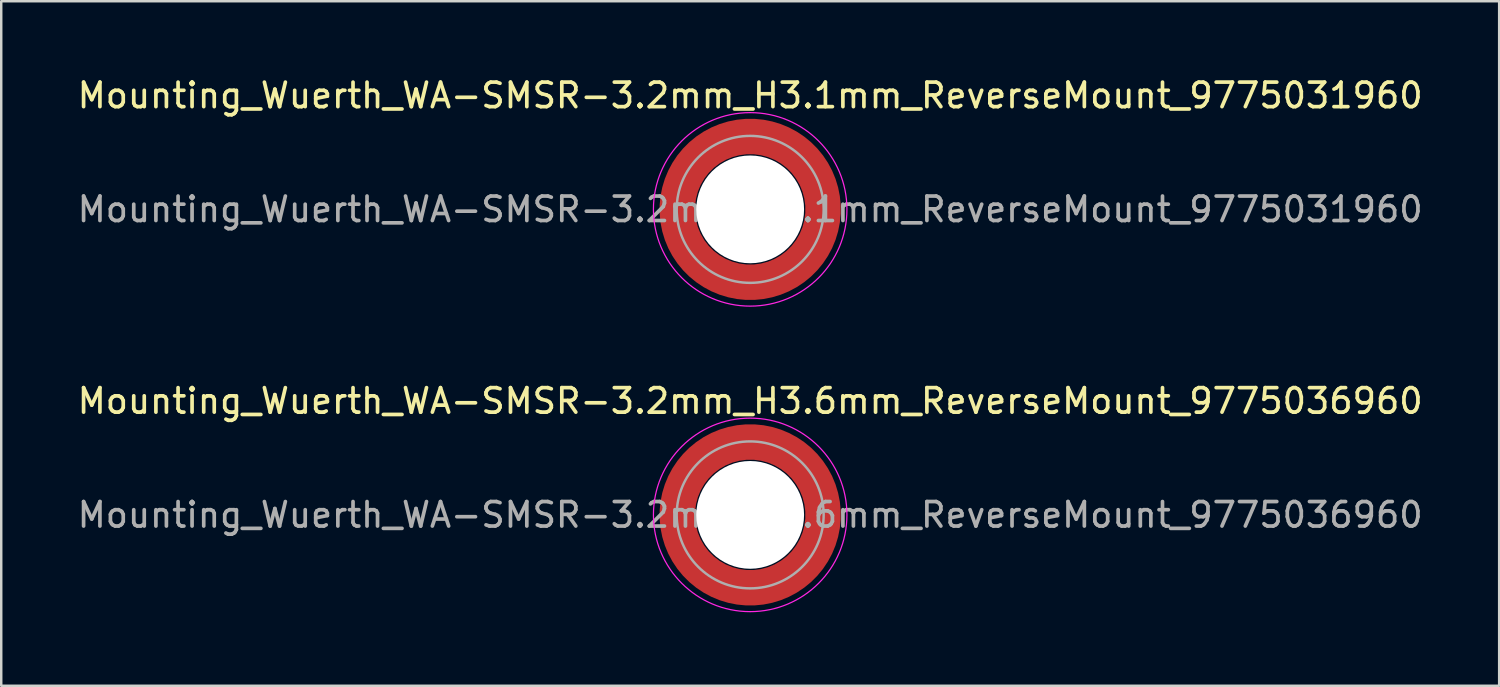
<source format=kicad_pcb>
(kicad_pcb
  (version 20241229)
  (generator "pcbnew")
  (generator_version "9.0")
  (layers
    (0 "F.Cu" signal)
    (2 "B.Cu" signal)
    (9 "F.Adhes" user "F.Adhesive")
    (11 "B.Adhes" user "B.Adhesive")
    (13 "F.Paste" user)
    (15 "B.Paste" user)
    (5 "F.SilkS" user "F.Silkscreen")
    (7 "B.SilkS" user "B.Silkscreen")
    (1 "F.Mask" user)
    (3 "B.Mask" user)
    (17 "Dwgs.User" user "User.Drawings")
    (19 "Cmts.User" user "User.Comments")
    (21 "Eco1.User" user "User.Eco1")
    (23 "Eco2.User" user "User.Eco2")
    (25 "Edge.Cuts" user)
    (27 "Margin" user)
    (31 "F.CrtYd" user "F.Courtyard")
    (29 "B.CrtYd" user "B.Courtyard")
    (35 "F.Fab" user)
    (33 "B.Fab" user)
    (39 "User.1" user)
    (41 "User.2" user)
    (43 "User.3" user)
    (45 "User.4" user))
  (footprint "Mounting_Wuerth_WA-SMSR-3.2mm_H3.6mm_ReverseMount_9775036960"
    (layer "F.Cu")
    (at 27.577 17.971)
    (property "Reference" "Mounting_Wuerth_WA-SMSR-3.2mm_H3.6mm_ReverseMount_9775036960" (at 0 -4.65 0) (layer "F.SilkS") (effects (font (size 1 1) (thickness 0.15))))
    (property "Mouser Part no." "" (at 0 0 0) (layer "F.Fab") (effects (font (size 1.27 1.27) (thickness 0.15))))
    (property "Mouser link" "" (at 0 0 0) (layer "F.Fab") (effects (font (size 1.27 1.27) (thickness 0.15))))
    (attr smd)
    (fp_circle (center 0 0) (end 3.95 0) (stroke (width 0.05) (type solid)) (fill no) (layer "F.CrtYd"))
    (fp_circle (center 0 0) (end 3 0) (stroke (width 0.1) (type solid)) (fill no) (layer "F.Fab"))
    (fp_text user "${REFERENCE}" (at 0 0 0) (layer "F.Fab") (effects (font (size 1 1) (thickness 0.15))))
    (pad "" smd custom (at -2.095 -2.095) (size 0.945 0.945) (layers "F.Paste") (options (anchor circle)) (primitives (gr_arc (start -0.24231 1.594804) (mid 0.404104 0.405534) (end 1.592827 -0.241886) (width 0.2)) (gr_arc (start -0.3398 1.594804) (mid 0.335987 0.338711) (end 1.591031 -0.339022) (width 0.2)) (gr_arc (start -0.437132 1.594804) (mid 0.268952 0.270807) (end 1.592231 -0.436623) (width 0.2)) (gr_arc (start -0.534324 1.594804) (mid 0.201345 0.203474) (end 1.591846 -0.53376) (width 0.2)) (gr_arc (start -0.631391 1.594804) (mid 0.134696 0.135183) (end 1.594126 -0.631267) (width 0.2)) (gr_arc (start -0.728345 1.594804) (mid 0.067234 0.067705) (end 1.594149 -0.728229) (width 0.2)) (gr_arc (start -0.825197 1.594804) (mid -0.001218 0.001219) (end 1.591408 -0.824614) (width 0.2)) (gr_arc (start -0.921958 1.594804) (mid -0.068952 -0.065985) (end 1.590665 -0.921269) (width 0.2)) (gr_arc (start -1.018637 1.594804) (mid -0.135972 -0.133907) (end 1.59192 -1.018172) (width 0.2)) (gr_arc (start -1.115239 1.594804) (mid -0.20428 -0.200537) (end 1.589574 -1.11442) (width 0.2)) (gr_arc (start -1.211773 1.594804) (mid -0.26993 -0.269828) (end 1.594662 -1.211751) (width 0.2)) (gr_arc (start -1.308244 1.594804) (mid -0.33911 -0.335587) (end 1.589875 -1.307516) (width 0.2)) (gr_arc (start -1.404657 1.594804) (mid -0.405633 -0.404004) (end 1.592524 -1.404331) (width 0.2)) (gr_arc (start -1.404657 1.594804) (mid -0.405633 -0.404004) (end 1.592524 -1.404331) (width 0.2)) (gr_line (start 1.595 -0.242) (end 1.595 -1.405) (width 0.2)) (gr_line (start -0.242 1.595) (end -1.405 1.595) (width 0.2))))
    (pad "" smd custom (at -2.095 2.095) (size 0.945 0.945) (layers "F.Paste") (options (anchor circle)) (primitives (gr_arc (start 1.594804 0.24231) (mid 0.405534 -0.404104) (end -0.241886 -1.592827) (width 0.2)) (gr_arc (start 1.594804 0.3398) (mid 0.338711 -0.335987) (end -0.339022 -1.591031) (width 0.2)) (gr_arc (start 1.594804 0.437132) (mid 0.270807 -0.268952) (end -0.436623 -1.592231) (width 0.2)) (gr_arc (start 1.594804 0.534324) (mid 0.203474 -0.201345) (end -0.53376 -1.591846) (width 0.2)) (gr_arc (start 1.594804 0.631391) (mid 0.135183 -0.134696) (end -0.631267 -1.594126) (width 0.2)) (gr_arc (start 1.594804 0.728345) (mid 0.067705 -0.067234) (end -0.728229 -1.594149) (width 0.2)) (gr_arc (start 1.594804 0.825197) (mid 0.001219 0.001218) (end -0.824614 -1.591408) (width 0.2)) (gr_arc (start 1.594804 0.921958) (mid -0.065985 0.068952) (end -0.921269 -1.590665) (width 0.2)) (gr_arc (start 1.594804 1.018637) (mid -0.133907 0.135972) (end -1.018172 -1.59192) (width 0.2)) (gr_arc (start 1.594804 1.115239) (mid -0.200537 0.20428) (end -1.11442 -1.589574) (width 0.2)) (gr_arc (start 1.594804 1.211773) (mid -0.269828 0.26993) (end -1.211751 -1.594662) (width 0.2)) (gr_arc (start 1.594804 1.308244) (mid -0.335587 0.33911) (end -1.307516 -1.589875) (width 0.2)) (gr_arc (start 1.594804 1.404657) (mid -0.404004 0.405633) (end -1.404331 -1.592524) (width 0.2)) (gr_arc (start 1.594804 1.404657) (mid -0.404004 0.405633) (end -1.404331 -1.592524) (width 0.2)) (gr_line (start -0.242 -1.595) (end -1.405 -1.595) (width 0.2)) (gr_line (start 1.595 0.242) (end 1.595 1.405) (width 0.2))))
    (pad "" np_thru_hole circle (at 0 0) (size 4.4 4.4) (drill 4.4) (layers "*.Cu" "*.Mask"))
    (pad "" smd custom (at 2.095 -2.095) (size 0.945 0.945) (layers "F.Paste") (options (anchor circle)) (primitives (gr_arc (start -1.594804 -0.24231) (mid -0.405534 0.404104) (end 0.241886 1.592827) (width 0.2)) (gr_arc (start -1.594804 -0.3398) (mid -0.338711 0.335987) (end 0.339022 1.591031) (width 0.2)) (gr_arc (start -1.594804 -0.437132) (mid -0.270807 0.268952) (end 0.436623 1.592231) (width 0.2)) (gr_arc (start -1.594804 -0.534324) (mid -0.203474 0.201345) (end 0.53376 1.591846) (width 0.2)) (gr_arc (start -1.594804 -0.631391) (mid -0.135183 0.134696) (end 0.631267 1.594126) (width 0.2)) (gr_arc (start -1.594804 -0.728345) (mid -0.067705 0.067234) (end 0.728229 1.594149) (width 0.2)) (gr_arc (start -1.594804 -0.825197) (mid -0.001219 -0.001218) (end 0.824614 1.591408) (width 0.2)) (gr_arc (start -1.594804 -0.921958) (mid 0.065985 -0.068952) (end 0.921269 1.590665) (width 0.2)) (gr_arc (start -1.594804 -1.018637) (mid 0.133907 -0.135972) (end 1.018172 1.59192) (width 0.2)) (gr_arc (start -1.594804 -1.115239) (mid 0.200537 -0.20428) (end 1.11442 1.589574) (width 0.2)) (gr_arc (start -1.594804 -1.211773) (mid 0.269828 -0.26993) (end 1.211751 1.594662) (width 0.2)) (gr_arc (start -1.594804 -1.308244) (mid 0.335587 -0.33911) (end 1.307516 1.589875) (width 0.2)) (gr_arc (start -1.594804 -1.404657) (mid 0.404004 -0.405633) (end 1.404331 1.592524) (width 0.2)) (gr_arc (start -1.594804 -1.404657) (mid 0.404004 -0.405633) (end 1.404331 1.592524) (width 0.2)) (gr_line (start 0.242 1.595) (end 1.405 1.595) (width 0.2)) (gr_line (start -1.595 -0.242) (end -1.595 -1.405) (width 0.2))))
    (pad "" smd custom (at 2.095 2.095) (size 0.945 0.945) (layers "F.Paste") (options (anchor circle)) (primitives (gr_arc (start 0.24231 -1.594804) (mid -0.404104 -0.405534) (end -1.592827 0.241886) (width 0.2)) (gr_arc (start 0.3398 -1.594804) (mid -0.335987 -0.338711) (end -1.591031 0.339022) (width 0.2)) (gr_arc (start 0.437132 -1.594804) (mid -0.268952 -0.270807) (end -1.592231 0.436623) (width 0.2)) (gr_arc (start 0.534324 -1.594804) (mid -0.201345 -0.203474) (end -1.591846 0.53376) (width 0.2)) (gr_arc (start 0.631391 -1.594804) (mid -0.134696 -0.135183) (end -1.594126 0.631267) (width 0.2)) (gr_arc (start 0.728345 -1.594804) (mid -0.067234 -0.067705) (end -1.594149 0.728229) (width 0.2)) (gr_arc (start 0.825197 -1.594804) (mid 0.001218 -0.001219) (end -1.591408 0.824614) (width 0.2)) (gr_arc (start 0.921958 -1.594804) (mid 0.068952 0.065985) (end -1.590665 0.921269) (width 0.2)) (gr_arc (start 1.018637 -1.594804) (mid 0.135972 0.133907) (end -1.59192 1.018172) (width 0.2)) (gr_arc (start 1.115239 -1.594804) (mid 0.20428 0.200537) (end -1.589574 1.11442) (width 0.2)) (gr_arc (start 1.211773 -1.594804) (mid 0.26993 0.269828) (end -1.594662 1.211751) (width 0.2)) (gr_arc (start 1.308244 -1.594804) (mid 0.33911 0.335587) (end -1.589875 1.307516) (width 0.2)) (gr_arc (start 1.404657 -1.594804) (mid 0.405633 0.404004) (end -1.592524 1.404331) (width 0.2)) (gr_arc (start 1.404657 -1.594804) (mid 0.405633 0.404004) (end -1.592524 1.404331) (width 0.2)) (gr_line (start -1.595 0.242) (end -1.595 1.405) (width 0.2)) (gr_line (start 0.242 -1.595) (end 1.405 -1.595) (width 0.2))))
    (pad "1" smd circle (at -2.975 0) (size 1.05 1.05) (layers "F.Cu"))
    (pad "1" smd circle (at 0 -2.975) (size 1.05 1.05) (layers "F.Cu"))
    (pad "1" smd circle (at 0 2.975) (size 1.05 1.05) (layers "F.Cu"))
    (pad "1" smd custom (at 2.975 0) (size 1.05 1.05) (layers "F.Cu" "F.Mask") (options (anchor circle)) (primitives (gr_circle (center -2.975 0) (end 0 0) (width 1.45) (fill no)))))
  (footprint "Mounting_Wuerth_WA-SMSR-3.2mm_H3.1mm_ReverseMount_9775031960"
    (layer "F.Cu")
    (at 27.577 5.498)
    (property "Reference" "Mounting_Wuerth_WA-SMSR-3.2mm_H3.1mm_ReverseMount_9775031960" (at 0 -4.65 0) (layer "F.SilkS") (effects (font (size 1 1) (thickness 0.15))))
    (property "Mouser Part no." "" (at 0 0 0) (layer "F.Fab") (effects (font (size 1.27 1.27) (thickness 0.15))))
    (property "Mouser link" "" (at 0 0 0) (layer "F.Fab") (effects (font (size 1.27 1.27) (thickness 0.15))))
    (attr smd)
    (fp_circle (center 0 0) (end 3.95 0) (stroke (width 0.05) (type solid)) (fill no) (layer "F.CrtYd"))
    (fp_circle (center 0 0) (end 3 0) (stroke (width 0.1) (type solid)) (fill no) (layer "F.Fab"))
    (fp_text user "${REFERENCE}" (at 0 0 0) (layer "F.Fab") (effects (font (size 1 1) (thickness 0.15))))
    (pad "" smd custom (at -2.095 -2.095) (size 0.945 0.945) (layers "F.Paste") (options (anchor circle)) (primitives (gr_arc (start -0.24231 1.594804) (mid 0.404104 0.405534) (end 1.592827 -0.241886) (width 0.2)) (gr_arc (start -0.3398 1.594804) (mid 0.335987 0.338711) (end 1.591031 -0.339022) (width 0.2)) (gr_arc (start -0.437132 1.594804) (mid 0.268952 0.270807) (end 1.592231 -0.436623) (width 0.2)) (gr_arc (start -0.534324 1.594804) (mid 0.201345 0.203474) (end 1.591846 -0.53376) (width 0.2)) (gr_arc (start -0.631391 1.594804) (mid 0.134696 0.135183) (end 1.594126 -0.631267) (width 0.2)) (gr_arc (start -0.728345 1.594804) (mid 0.067234 0.067705) (end 1.594149 -0.728229) (width 0.2)) (gr_arc (start -0.825197 1.594804) (mid -0.001218 0.001219) (end 1.591408 -0.824614) (width 0.2)) (gr_arc (start -0.921958 1.594804) (mid -0.068952 -0.065985) (end 1.590665 -0.921269) (width 0.2)) (gr_arc (start -1.018637 1.594804) (mid -0.135972 -0.133907) (end 1.59192 -1.018172) (width 0.2)) (gr_arc (start -1.115239 1.594804) (mid -0.20428 -0.200537) (end 1.589574 -1.11442) (width 0.2)) (gr_arc (start -1.211773 1.594804) (mid -0.26993 -0.269828) (end 1.594662 -1.211751) (width 0.2)) (gr_arc (start -1.308244 1.594804) (mid -0.33911 -0.335587) (end 1.589875 -1.307516) (width 0.2)) (gr_arc (start -1.404657 1.594804) (mid -0.405633 -0.404004) (end 1.592524 -1.404331) (width 0.2)) (gr_arc (start -1.404657 1.594804) (mid -0.405633 -0.404004) (end 1.592524 -1.404331) (width 0.2)) (gr_line (start 1.595 -0.242) (end 1.595 -1.405) (width 0.2)) (gr_line (start -0.242 1.595) (end -1.405 1.595) (width 0.2))))
    (pad "" smd custom (at -2.095 2.095) (size 0.945 0.945) (layers "F.Paste") (options (anchor circle)) (primitives (gr_arc (start 1.594804 0.24231) (mid 0.405534 -0.404104) (end -0.241886 -1.592827) (width 0.2)) (gr_arc (start 1.594804 0.3398) (mid 0.338711 -0.335987) (end -0.339022 -1.591031) (width 0.2)) (gr_arc (start 1.594804 0.437132) (mid 0.270807 -0.268952) (end -0.436623 -1.592231) (width 0.2)) (gr_arc (start 1.594804 0.534324) (mid 0.203474 -0.201345) (end -0.53376 -1.591846) (width 0.2)) (gr_arc (start 1.594804 0.631391) (mid 0.135183 -0.134696) (end -0.631267 -1.594126) (width 0.2)) (gr_arc (start 1.594804 0.728345) (mid 0.067705 -0.067234) (end -0.728229 -1.594149) (width 0.2)) (gr_arc (start 1.594804 0.825197) (mid 0.001219 0.001218) (end -0.824614 -1.591408) (width 0.2)) (gr_arc (start 1.594804 0.921958) (mid -0.065985 0.068952) (end -0.921269 -1.590665) (width 0.2)) (gr_arc (start 1.594804 1.018637) (mid -0.133907 0.135972) (end -1.018172 -1.59192) (width 0.2)) (gr_arc (start 1.594804 1.115239) (mid -0.200537 0.20428) (end -1.11442 -1.589574) (width 0.2)) (gr_arc (start 1.594804 1.211773) (mid -0.269828 0.26993) (end -1.211751 -1.594662) (width 0.2)) (gr_arc (start 1.594804 1.308244) (mid -0.335587 0.33911) (end -1.307516 -1.589875) (width 0.2)) (gr_arc (start 1.594804 1.404657) (mid -0.404004 0.405633) (end -1.404331 -1.592524) (width 0.2)) (gr_arc (start 1.594804 1.404657) (mid -0.404004 0.405633) (end -1.404331 -1.592524) (width 0.2)) (gr_line (start -0.242 -1.595) (end -1.405 -1.595) (width 0.2)) (gr_line (start 1.595 0.242) (end 1.595 1.405) (width 0.2))))
    (pad "" np_thru_hole circle (at 0 0) (size 4.4 4.4) (drill 4.4) (layers "*.Cu" "*.Mask"))
    (pad "" smd custom (at 2.095 -2.095) (size 0.945 0.945) (layers "F.Paste") (options (anchor circle)) (primitives (gr_arc (start -1.594804 -0.24231) (mid -0.405534 0.404104) (end 0.241886 1.592827) (width 0.2)) (gr_arc (start -1.594804 -0.3398) (mid -0.338711 0.335987) (end 0.339022 1.591031) (width 0.2)) (gr_arc (start -1.594804 -0.437132) (mid -0.270807 0.268952) (end 0.436623 1.592231) (width 0.2)) (gr_arc (start -1.594804 -0.534324) (mid -0.203474 0.201345) (end 0.53376 1.591846) (width 0.2)) (gr_arc (start -1.594804 -0.631391) (mid -0.135183 0.134696) (end 0.631267 1.594126) (width 0.2)) (gr_arc (start -1.594804 -0.728345) (mid -0.067705 0.067234) (end 0.728229 1.594149) (width 0.2)) (gr_arc (start -1.594804 -0.825197) (mid -0.001219 -0.001218) (end 0.824614 1.591408) (width 0.2)) (gr_arc (start -1.594804 -0.921958) (mid 0.065985 -0.068952) (end 0.921269 1.590665) (width 0.2)) (gr_arc (start -1.594804 -1.018637) (mid 0.133907 -0.135972) (end 1.018172 1.59192) (width 0.2)) (gr_arc (start -1.594804 -1.115239) (mid 0.200537 -0.20428) (end 1.11442 1.589574) (width 0.2)) (gr_arc (start -1.594804 -1.211773) (mid 0.269828 -0.26993) (end 1.211751 1.594662) (width 0.2)) (gr_arc (start -1.594804 -1.308244) (mid 0.335587 -0.33911) (end 1.307516 1.589875) (width 0.2)) (gr_arc (start -1.594804 -1.404657) (mid 0.404004 -0.405633) (end 1.404331 1.592524) (width 0.2)) (gr_arc (start -1.594804 -1.404657) (mid 0.404004 -0.405633) (end 1.404331 1.592524) (width 0.2)) (gr_line (start 0.242 1.595) (end 1.405 1.595) (width 0.2)) (gr_line (start -1.595 -0.242) (end -1.595 -1.405) (width 0.2))))
    (pad "" smd custom (at 2.095 2.095) (size 0.945 0.945) (layers "F.Paste") (options (anchor circle)) (primitives (gr_arc (start 0.24231 -1.594804) (mid -0.404104 -0.405534) (end -1.592827 0.241886) (width 0.2)) (gr_arc (start 0.3398 -1.594804) (mid -0.335987 -0.338711) (end -1.591031 0.339022) (width 0.2)) (gr_arc (start 0.437132 -1.594804) (mid -0.268952 -0.270807) (end -1.592231 0.436623) (width 0.2)) (gr_arc (start 0.534324 -1.594804) (mid -0.201345 -0.203474) (end -1.591846 0.53376) (width 0.2)) (gr_arc (start 0.631391 -1.594804) (mid -0.134696 -0.135183) (end -1.594126 0.631267) (width 0.2)) (gr_arc (start 0.728345 -1.594804) (mid -0.067234 -0.067705) (end -1.594149 0.728229) (width 0.2)) (gr_arc (start 0.825197 -1.594804) (mid 0.001218 -0.001219) (end -1.591408 0.824614) (width 0.2)) (gr_arc (start 0.921958 -1.594804) (mid 0.068952 0.065985) (end -1.590665 0.921269) (width 0.2)) (gr_arc (start 1.018637 -1.594804) (mid 0.135972 0.133907) (end -1.59192 1.018172) (width 0.2)) (gr_arc (start 1.115239 -1.594804) (mid 0.20428 0.200537) (end -1.589574 1.11442) (width 0.2)) (gr_arc (start 1.211773 -1.594804) (mid 0.26993 0.269828) (end -1.594662 1.211751) (width 0.2)) (gr_arc (start 1.308244 -1.594804) (mid 0.33911 0.335587) (end -1.589875 1.307516) (width 0.2)) (gr_arc (start 1.404657 -1.594804) (mid 0.405633 0.404004) (end -1.592524 1.404331) (width 0.2)) (gr_arc (start 1.404657 -1.594804) (mid 0.405633 0.404004) (end -1.592524 1.404331) (width 0.2)) (gr_line (start -1.595 0.242) (end -1.595 1.405) (width 0.2)) (gr_line (start 0.242 -1.595) (end 1.405 -1.595) (width 0.2))))
    (pad "1" smd circle (at -2.975 0) (size 1.05 1.05) (layers "F.Cu"))
    (pad "1" smd circle (at 0 -2.975) (size 1.05 1.05) (layers "F.Cu"))
    (pad "1" smd circle (at 0 2.975) (size 1.05 1.05) (layers "F.Cu"))
    (pad "1" smd custom (at 2.975 0) (size 1.05 1.05) (layers "F.Cu" "F.Mask") (options (anchor circle)) (primitives (gr_circle (center -2.975 0) (end 0 0) (width 1.45) (fill no)))))
  (gr_rect
    (start -3 -3)
    (end 58.155 24.947)
    (stroke (width 0.1) (type default))
    (fill no)
    (layer "Edge.Cuts")))
</source>
